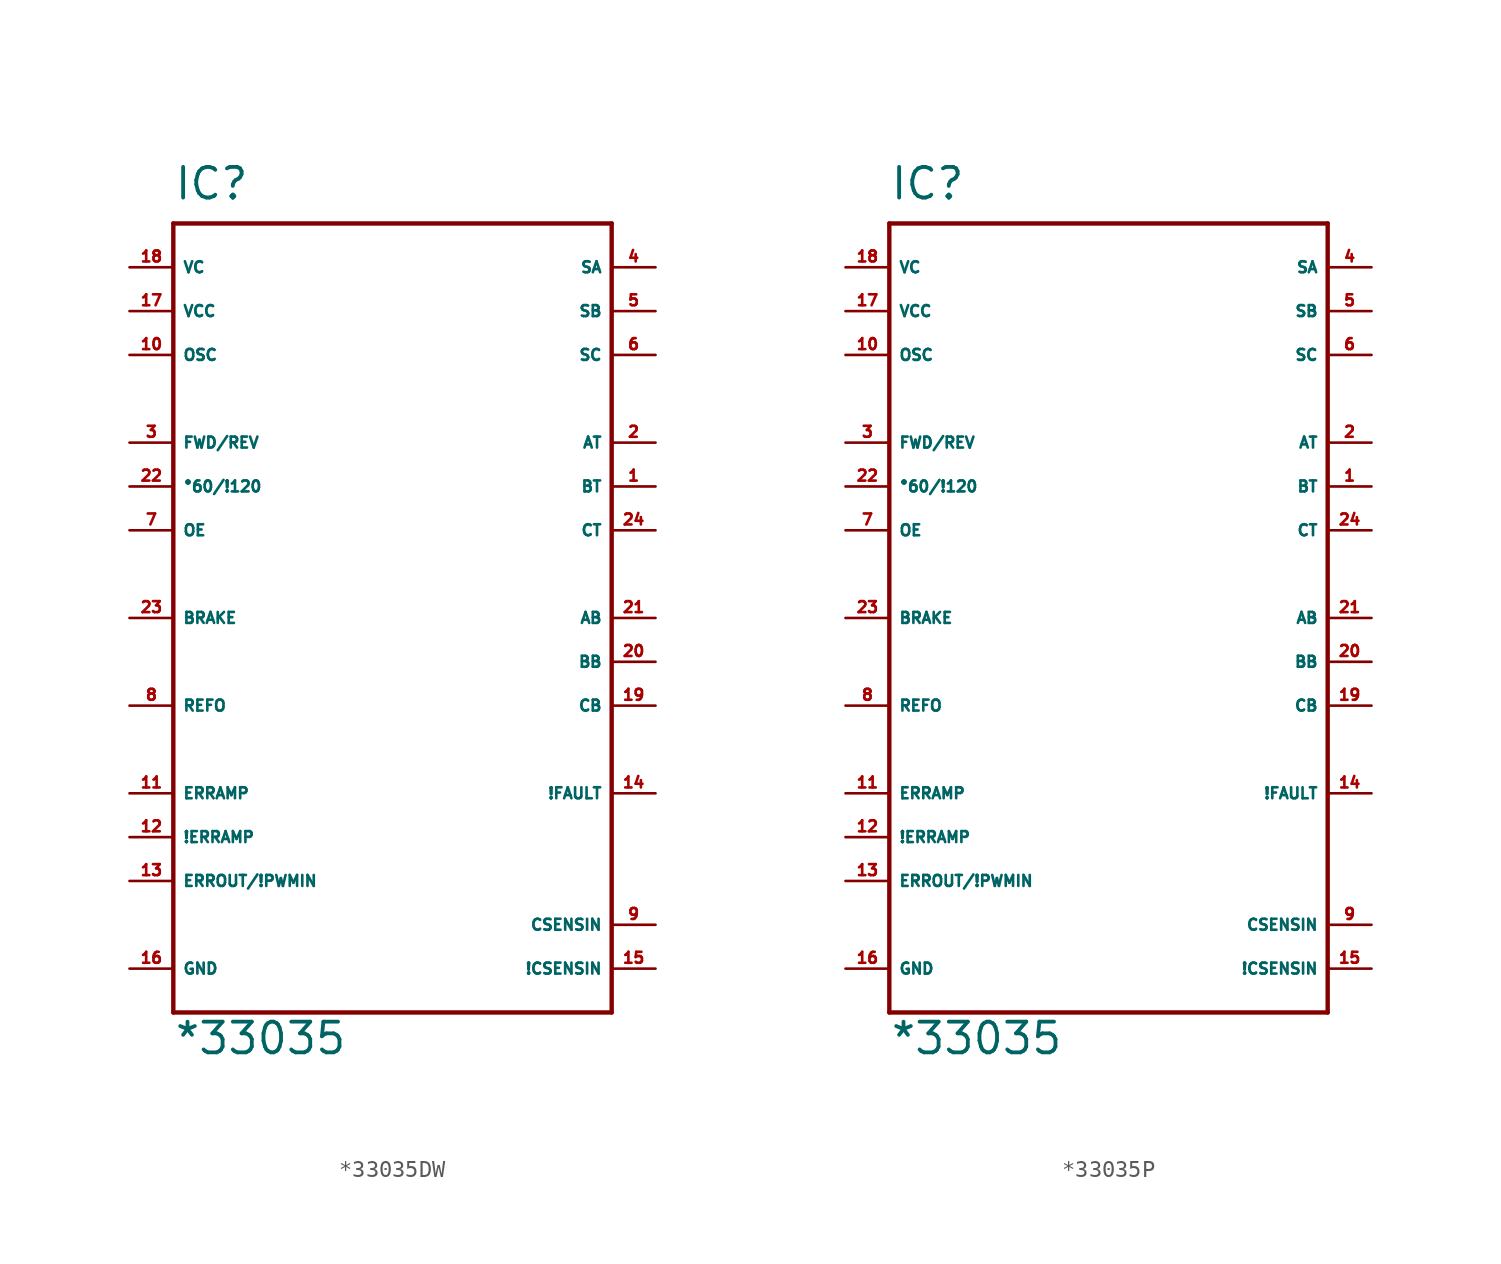
<source format=kicad_sym>
(kicad_symbol_lib
  (version 20220914)
  (generator Eagle2Kicad)
  (symbol "*33035DW"
    (property "Reference" "IC"
      (at -12.7 24.13 0)
      (effects (font (size 1.778 1.778) (thickness 0.22)) (justify left bottom)))
    (property "Value" "*33035"
      (at -12.7 -25.4 0)
      (effects (font (size 1.778 1.778) (thickness 0.22)) (justify left bottom)))
    (polyline
      (pts (xy -12.7 22.86) (xy 12.7 22.86))
      (stroke (width 0.254) (type default))
      (fill (type none)))
    (polyline
      (pts (xy 12.7 22.86) (xy 12.7 -22.86))
      (stroke (width 0.254) (type default))
      (fill (type none)))
    (polyline
      (pts (xy 12.7 -22.86) (xy -12.7 -22.86))
      (stroke (width 0.254) (type default))
      (fill (type none)))
    (polyline
      (pts (xy -12.7 -22.86) (xy -12.7 22.86))
      (stroke (width 0.254) (type default))
      (fill (type none)))
    (pin output line
      (at 15.24 10.16 180)
      (length 2.54)
      (name "AT" (effects (font (size 0.635 0.635) (thickness 0.08)) (justify left bottom)))
      (number "2" (effects (font (size 0.635 0.635) (thickness 0.08)) (justify left bottom))))
    (pin output line
      (at 15.24 7.62 180)
      (length 2.54)
      (name "BT" (effects (font (size 0.635 0.635) (thickness 0.08)) (justify left bottom)))
      (number "1" (effects (font (size 0.635 0.635) (thickness 0.08)) (justify left bottom))))
    (pin output line
      (at 15.24 5.08 180)
      (length 2.54)
      (name "CT" (effects (font (size 0.635 0.635) (thickness 0.08)) (justify left bottom)))
      (number "24" (effects (font (size 0.635 0.635) (thickness 0.08)) (justify left bottom))))
    (pin output line
      (at 15.24 0 180)
      (length 2.54)
      (name "AB" (effects (font (size 0.635 0.635) (thickness 0.08)) (justify left bottom)))
      (number "21" (effects (font (size 0.635 0.635) (thickness 0.08)) (justify left bottom))))
    (pin output line
      (at 15.24 -2.54 180)
      (length 2.54)
      (name "BB" (effects (font (size 0.635 0.635) (thickness 0.08)) (justify left bottom)))
      (number "20" (effects (font (size 0.635 0.635) (thickness 0.08)) (justify left bottom))))
    (pin output line
      (at 15.24 -5.08 180)
      (length 2.54)
      (name "CB" (effects (font (size 0.635 0.635) (thickness 0.08)) (justify left bottom)))
      (number "19" (effects (font (size 0.635 0.635) (thickness 0.08)) (justify left bottom))))
    (pin input line
      (at 15.24 20.32 180)
      (length 2.54)
      (name "SA" (effects (font (size 0.635 0.635) (thickness 0.08)) (justify left bottom)))
      (number "4" (effects (font (size 0.635 0.635) (thickness 0.08)) (justify left bottom))))
    (pin input line
      (at 15.24 17.78 180)
      (length 2.54)
      (name "SB" (effects (font (size 0.635 0.635) (thickness 0.08)) (justify left bottom)))
      (number "5" (effects (font (size 0.635 0.635) (thickness 0.08)) (justify left bottom))))
    (pin input line
      (at 15.24 15.24 180)
      (length 2.54)
      (name "SC" (effects (font (size 0.635 0.635) (thickness 0.08)) (justify left bottom)))
      (number "6" (effects (font (size 0.635 0.635) (thickness 0.08)) (justify left bottom))))
    (pin output line
      (at -15.24 -5.08 0)
      (length 2.54)
      (name "REFO" (effects (font (size 0.635 0.635) (thickness 0.08)) (justify left bottom)))
      (number "8" (effects (font (size 0.635 0.635) (thickness 0.08)) (justify left bottom))))
    (pin output line
      (at 15.24 -10.16 180)
      (length 2.54)
      (name "!FAULT" (effects (font (size 0.635 0.635) (thickness 0.08)) (justify left bottom)))
      (number "14" (effects (font (size 0.635 0.635) (thickness 0.08)) (justify left bottom))))
    (pin passive line
      (at -15.24 -15.24 0)
      (length 2.54)
      (name "ERROUT/!PWMIN" (effects (font (size 0.635 0.635) (thickness 0.08)) (justify left bottom)))
      (number "13" (effects (font (size 0.635 0.635) (thickness 0.08)) (justify left bottom))))
    (pin input line
      (at -15.24 5.08 0)
      (length 2.54)
      (name "OE" (effects (font (size 0.635 0.635) (thickness 0.08)) (justify left bottom)))
      (number "7" (effects (font (size 0.635 0.635) (thickness 0.08)) (justify left bottom))))
    (pin input line
      (at 15.24 -17.78 180)
      (length 2.54)
      (name "CSENSIN" (effects (font (size 0.635 0.635) (thickness 0.08)) (justify left bottom)))
      (number "9" (effects (font (size 0.635 0.635) (thickness 0.08)) (justify left bottom))))
    (pin input line
      (at -15.24 -10.16 0)
      (length 2.54)
      (name "ERRAMP" (effects (font (size 0.635 0.635) (thickness 0.08)) (justify left bottom)))
      (number "11" (effects (font (size 0.635 0.635) (thickness 0.08)) (justify left bottom))))
    (pin input line
      (at -15.24 -12.7 0)
      (length 2.54)
      (name "!ERRAMP" (effects (font (size 0.635 0.635) (thickness 0.08)) (justify left bottom)))
      (number "12" (effects (font (size 0.635 0.635) (thickness 0.08)) (justify left bottom))))
    (pin input line
      (at -15.24 15.24 0)
      (length 2.54)
      (name "OSC" (effects (font (size 0.635 0.635) (thickness 0.08)) (justify left bottom)))
      (number "10" (effects (font (size 0.635 0.635) (thickness 0.08)) (justify left bottom))))
    (pin input line
      (at -15.24 10.16 0)
      (length 2.54)
      (name "FWD/REV" (effects (font (size 0.635 0.635) (thickness 0.08)) (justify left bottom)))
      (number "3" (effects (font (size 0.635 0.635) (thickness 0.08)) (justify left bottom))))
    (pin input line
      (at -15.24 7.62 0)
      (length 2.54)
      (name "°60/!120" (effects (font (size 0.635 0.635) (thickness 0.08)) (justify left bottom)))
      (number "22" (effects (font (size 0.635 0.635) (thickness 0.08)) (justify left bottom))))
    (pin unspecified line
      (at -15.24 17.78 0)
      (length 2.54)
      (name "VCC" (effects (font (size 0.635 0.635) (thickness 0.08)) (justify left bottom)))
      (number "17" (effects (font (size 0.635 0.635) (thickness 0.08)) (justify left bottom))))
    (pin unspecified line
      (at -15.24 -20.32 0)
      (length 2.54)
      (name "GND" (effects (font (size 0.635 0.635) (thickness 0.08)) (justify left bottom)))
      (number "16" (effects (font (size 0.635 0.635) (thickness 0.08)) (justify left bottom))))
    (pin unspecified line
      (at -15.24 20.32 0)
      (length 2.54)
      (name "VC" (effects (font (size 0.635 0.635) (thickness 0.08)) (justify left bottom)))
      (number "18" (effects (font (size 0.635 0.635) (thickness 0.08)) (justify left bottom))))
    (pin input line
      (at -15.24 0 0)
      (length 2.54)
      (name "BRAKE" (effects (font (size 0.635 0.635) (thickness 0.08)) (justify left bottom)))
      (number "23" (effects (font (size 0.635 0.635) (thickness 0.08)) (justify left bottom))))
    (pin input line
      (at 15.24 -20.32 180)
      (length 2.54)
      (name "!CSENSIN" (effects (font (size 0.635 0.635) (thickness 0.08)) (justify left bottom)))
      (number "15" (effects (font (size 0.635 0.635) (thickness 0.08)) (justify left bottom)))))
  (symbol "*33035P"
    (property "Reference" "IC"
      (at -12.7 24.13 0)
      (effects (font (size 1.778 1.778) (thickness 0.22)) (justify left bottom)))
    (property "Value" "*33035"
      (at -12.7 -25.4 0)
      (effects (font (size 1.778 1.778) (thickness 0.22)) (justify left bottom)))
    (polyline
      (pts (xy -12.7 22.86) (xy 12.7 22.86))
      (stroke (width 0.254) (type default))
      (fill (type none)))
    (polyline
      (pts (xy 12.7 22.86) (xy 12.7 -22.86))
      (stroke (width 0.254) (type default))
      (fill (type none)))
    (polyline
      (pts (xy 12.7 -22.86) (xy -12.7 -22.86))
      (stroke (width 0.254) (type default))
      (fill (type none)))
    (polyline
      (pts (xy -12.7 -22.86) (xy -12.7 22.86))
      (stroke (width 0.254) (type default))
      (fill (type none)))
    (pin output line
      (at 15.24 10.16 180)
      (length 2.54)
      (name "AT" (effects (font (size 0.635 0.635) (thickness 0.08)) (justify left bottom)))
      (number "2" (effects (font (size 0.635 0.635) (thickness 0.08)) (justify left bottom))))
    (pin output line
      (at 15.24 7.62 180)
      (length 2.54)
      (name "BT" (effects (font (size 0.635 0.635) (thickness 0.08)) (justify left bottom)))
      (number "1" (effects (font (size 0.635 0.635) (thickness 0.08)) (justify left bottom))))
    (pin output line
      (at 15.24 5.08 180)
      (length 2.54)
      (name "CT" (effects (font (size 0.635 0.635) (thickness 0.08)) (justify left bottom)))
      (number "24" (effects (font (size 0.635 0.635) (thickness 0.08)) (justify left bottom))))
    (pin output line
      (at 15.24 0 180)
      (length 2.54)
      (name "AB" (effects (font (size 0.635 0.635) (thickness 0.08)) (justify left bottom)))
      (number "21" (effects (font (size 0.635 0.635) (thickness 0.08)) (justify left bottom))))
    (pin output line
      (at 15.24 -2.54 180)
      (length 2.54)
      (name "BB" (effects (font (size 0.635 0.635) (thickness 0.08)) (justify left bottom)))
      (number "20" (effects (font (size 0.635 0.635) (thickness 0.08)) (justify left bottom))))
    (pin output line
      (at 15.24 -5.08 180)
      (length 2.54)
      (name "CB" (effects (font (size 0.635 0.635) (thickness 0.08)) (justify left bottom)))
      (number "19" (effects (font (size 0.635 0.635) (thickness 0.08)) (justify left bottom))))
    (pin input line
      (at 15.24 20.32 180)
      (length 2.54)
      (name "SA" (effects (font (size 0.635 0.635) (thickness 0.08)) (justify left bottom)))
      (number "4" (effects (font (size 0.635 0.635) (thickness 0.08)) (justify left bottom))))
    (pin input line
      (at 15.24 17.78 180)
      (length 2.54)
      (name "SB" (effects (font (size 0.635 0.635) (thickness 0.08)) (justify left bottom)))
      (number "5" (effects (font (size 0.635 0.635) (thickness 0.08)) (justify left bottom))))
    (pin input line
      (at 15.24 15.24 180)
      (length 2.54)
      (name "SC" (effects (font (size 0.635 0.635) (thickness 0.08)) (justify left bottom)))
      (number "6" (effects (font (size 0.635 0.635) (thickness 0.08)) (justify left bottom))))
    (pin output line
      (at -15.24 -5.08 0)
      (length 2.54)
      (name "REFO" (effects (font (size 0.635 0.635) (thickness 0.08)) (justify left bottom)))
      (number "8" (effects (font (size 0.635 0.635) (thickness 0.08)) (justify left bottom))))
    (pin output line
      (at 15.24 -10.16 180)
      (length 2.54)
      (name "!FAULT" (effects (font (size 0.635 0.635) (thickness 0.08)) (justify left bottom)))
      (number "14" (effects (font (size 0.635 0.635) (thickness 0.08)) (justify left bottom))))
    (pin passive line
      (at -15.24 -15.24 0)
      (length 2.54)
      (name "ERROUT/!PWMIN" (effects (font (size 0.635 0.635) (thickness 0.08)) (justify left bottom)))
      (number "13" (effects (font (size 0.635 0.635) (thickness 0.08)) (justify left bottom))))
    (pin input line
      (at -15.24 5.08 0)
      (length 2.54)
      (name "OE" (effects (font (size 0.635 0.635) (thickness 0.08)) (justify left bottom)))
      (number "7" (effects (font (size 0.635 0.635) (thickness 0.08)) (justify left bottom))))
    (pin input line
      (at 15.24 -17.78 180)
      (length 2.54)
      (name "CSENSIN" (effects (font (size 0.635 0.635) (thickness 0.08)) (justify left bottom)))
      (number "9" (effects (font (size 0.635 0.635) (thickness 0.08)) (justify left bottom))))
    (pin input line
      (at -15.24 -10.16 0)
      (length 2.54)
      (name "ERRAMP" (effects (font (size 0.635 0.635) (thickness 0.08)) (justify left bottom)))
      (number "11" (effects (font (size 0.635 0.635) (thickness 0.08)) (justify left bottom))))
    (pin input line
      (at -15.24 -12.7 0)
      (length 2.54)
      (name "!ERRAMP" (effects (font (size 0.635 0.635) (thickness 0.08)) (justify left bottom)))
      (number "12" (effects (font (size 0.635 0.635) (thickness 0.08)) (justify left bottom))))
    (pin input line
      (at -15.24 15.24 0)
      (length 2.54)
      (name "OSC" (effects (font (size 0.635 0.635) (thickness 0.08)) (justify left bottom)))
      (number "10" (effects (font (size 0.635 0.635) (thickness 0.08)) (justify left bottom))))
    (pin input line
      (at -15.24 10.16 0)
      (length 2.54)
      (name "FWD/REV" (effects (font (size 0.635 0.635) (thickness 0.08)) (justify left bottom)))
      (number "3" (effects (font (size 0.635 0.635) (thickness 0.08)) (justify left bottom))))
    (pin input line
      (at -15.24 7.62 0)
      (length 2.54)
      (name "°60/!120" (effects (font (size 0.635 0.635) (thickness 0.08)) (justify left bottom)))
      (number "22" (effects (font (size 0.635 0.635) (thickness 0.08)) (justify left bottom))))
    (pin unspecified line
      (at -15.24 17.78 0)
      (length 2.54)
      (name "VCC" (effects (font (size 0.635 0.635) (thickness 0.08)) (justify left bottom)))
      (number "17" (effects (font (size 0.635 0.635) (thickness 0.08)) (justify left bottom))))
    (pin unspecified line
      (at -15.24 -20.32 0)
      (length 2.54)
      (name "GND" (effects (font (size 0.635 0.635) (thickness 0.08)) (justify left bottom)))
      (number "16" (effects (font (size 0.635 0.635) (thickness 0.08)) (justify left bottom))))
    (pin unspecified line
      (at -15.24 20.32 0)
      (length 2.54)
      (name "VC" (effects (font (size 0.635 0.635) (thickness 0.08)) (justify left bottom)))
      (number "18" (effects (font (size 0.635 0.635) (thickness 0.08)) (justify left bottom))))
    (pin input line
      (at -15.24 0 0)
      (length 2.54)
      (name "BRAKE" (effects (font (size 0.635 0.635) (thickness 0.08)) (justify left bottom)))
      (number "23" (effects (font (size 0.635 0.635) (thickness 0.08)) (justify left bottom))))
    (pin input line
      (at 15.24 -20.32 180)
      (length 2.54)
      (name "!CSENSIN" (effects (font (size 0.635 0.635) (thickness 0.08)) (justify left bottom)))
      (number "15" (effects (font (size 0.635 0.635) (thickness 0.08)) (justify left bottom))))))
</source>
